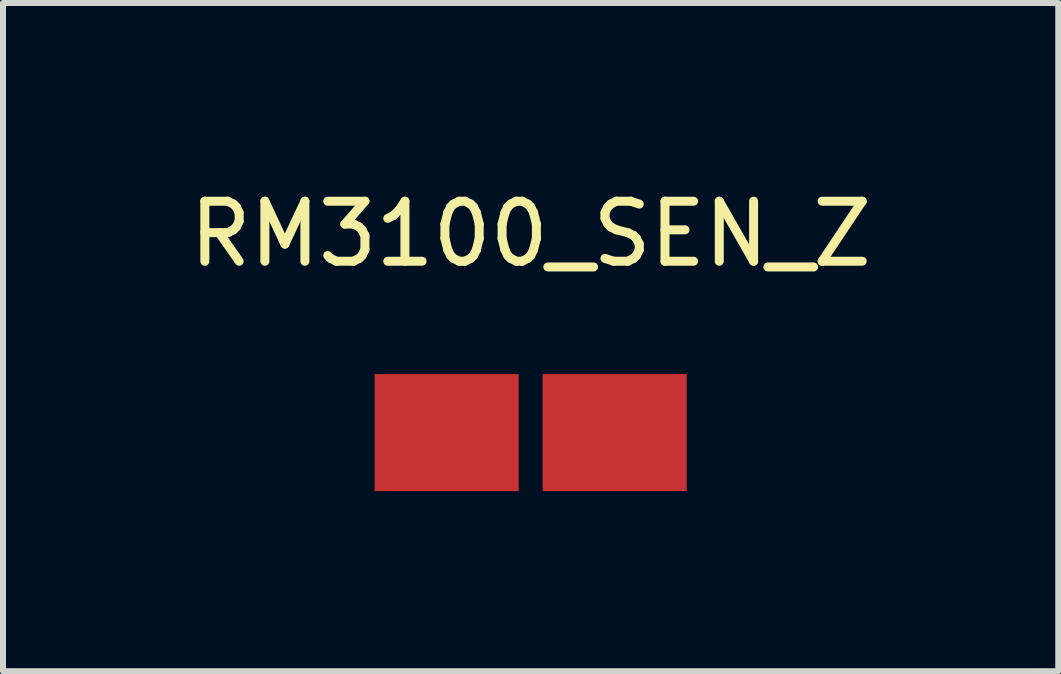
<source format=kicad_pcb>
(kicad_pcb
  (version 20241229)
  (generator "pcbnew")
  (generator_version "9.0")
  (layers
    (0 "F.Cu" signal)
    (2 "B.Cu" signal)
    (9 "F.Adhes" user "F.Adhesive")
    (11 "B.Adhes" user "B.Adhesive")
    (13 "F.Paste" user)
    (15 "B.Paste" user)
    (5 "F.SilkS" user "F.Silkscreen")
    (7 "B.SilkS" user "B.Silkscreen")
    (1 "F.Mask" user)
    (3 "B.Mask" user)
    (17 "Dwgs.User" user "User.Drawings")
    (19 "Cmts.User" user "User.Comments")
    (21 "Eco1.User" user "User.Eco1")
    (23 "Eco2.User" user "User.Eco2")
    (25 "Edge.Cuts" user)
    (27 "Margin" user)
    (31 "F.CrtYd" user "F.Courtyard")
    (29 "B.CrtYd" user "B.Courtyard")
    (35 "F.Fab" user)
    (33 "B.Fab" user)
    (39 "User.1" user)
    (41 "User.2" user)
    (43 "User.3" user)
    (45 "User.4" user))
  (footprint "RM3100_SEN_Z"
    (layer "F.Cu")
    (at 5.792 4.158)
    (property "Reference" "RM3100_SEN_Z" (at 0 -3.31 0) (layer "F.SilkS") (effects (font (size 1 1) (thickness 0.15))))
    (attr through_hole)
    (pad "1" smd rect (at -1.4 0) (size 2.4 1.95) (layers "F.Cu" "F.Mask" "F.Paste"))
    (pad "2" smd rect (at 1.4 0) (size 2.4 1.95) (layers "F.Cu" "F.Mask" "F.Paste")))
  (gr_rect
    (start -3 -3)
    (end 14.583 8.133)
    (stroke (width 0.1) (type default))
    (fill no)
    (layer "Edge.Cuts")))
</source>
